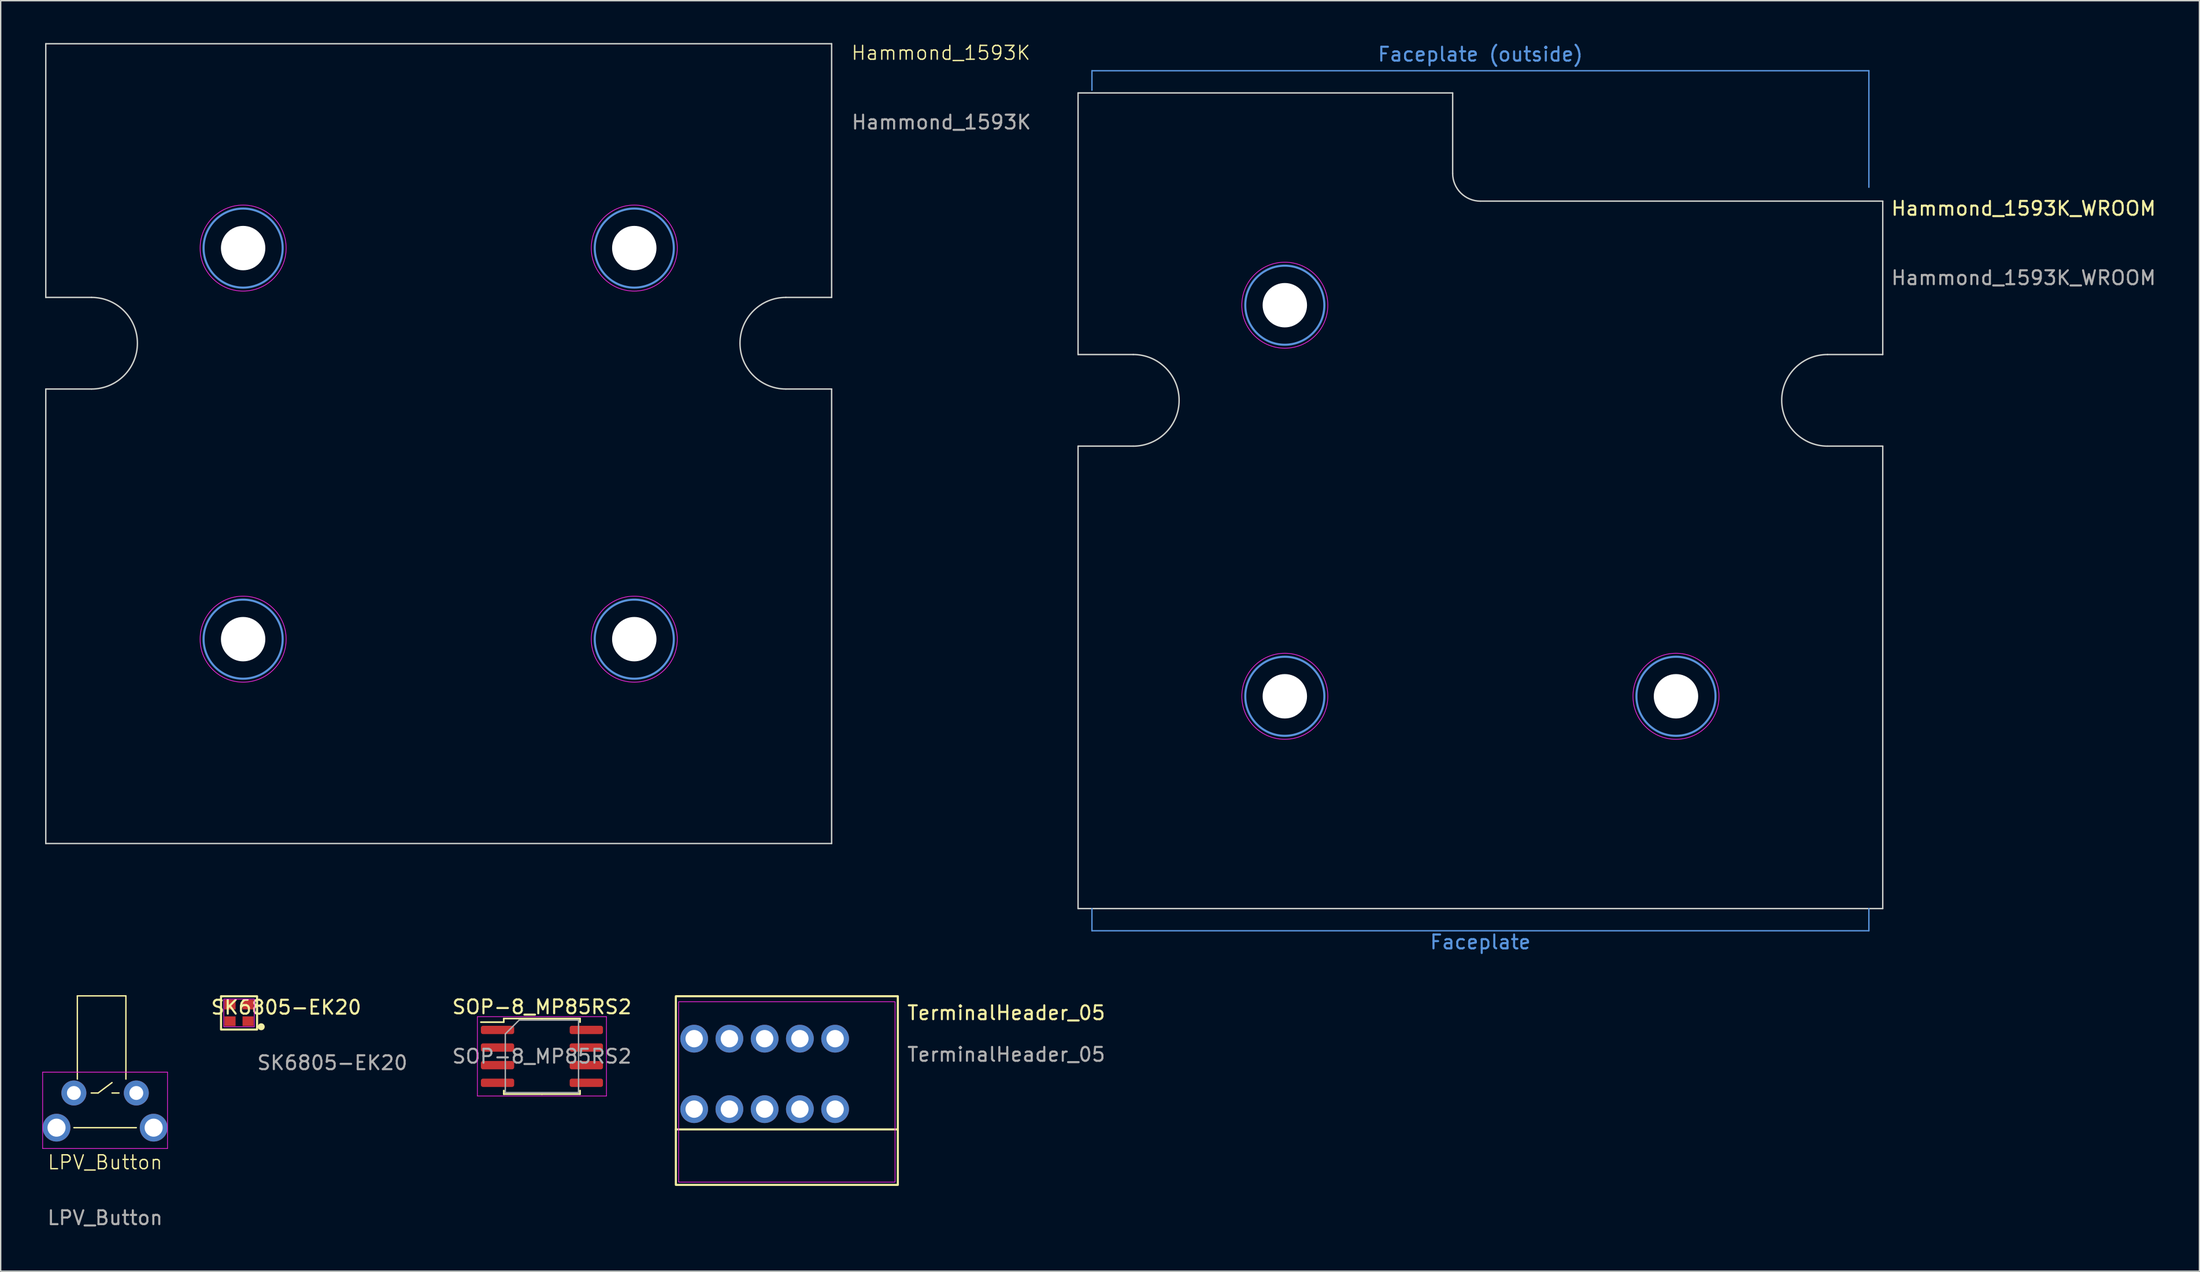
<source format=kicad_pcb>
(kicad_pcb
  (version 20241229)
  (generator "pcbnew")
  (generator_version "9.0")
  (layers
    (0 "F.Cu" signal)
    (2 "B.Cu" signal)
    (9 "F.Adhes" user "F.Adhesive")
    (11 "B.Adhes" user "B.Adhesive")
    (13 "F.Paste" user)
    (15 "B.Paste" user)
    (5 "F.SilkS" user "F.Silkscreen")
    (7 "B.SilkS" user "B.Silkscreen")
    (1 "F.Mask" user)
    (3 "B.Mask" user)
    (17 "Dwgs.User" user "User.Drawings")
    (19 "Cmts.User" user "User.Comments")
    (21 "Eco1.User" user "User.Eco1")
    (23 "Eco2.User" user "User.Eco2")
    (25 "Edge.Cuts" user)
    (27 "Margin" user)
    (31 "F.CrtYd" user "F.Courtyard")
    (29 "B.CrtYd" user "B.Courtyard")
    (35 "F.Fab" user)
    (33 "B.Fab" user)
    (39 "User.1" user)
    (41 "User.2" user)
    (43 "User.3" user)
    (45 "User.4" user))
  (footprint "LPV_Button"
    (layer "F.Cu")
    (at 1.025 78.246)
    (property "Reference" "LPV_Button" (at 3.5 2.5 0) (unlocked yes) (layer "F.SilkS") (effects (font (size 1 1) (thickness 0.1))))
    (attr through_hole)
    (fp_line (start 1.25 0) (end 5.75 0) (stroke (width 0.1) (type default)) (layer "F.SilkS"))
    (fp_line (start 1.5 -9.5) (end 5 -9.5) (stroke (width 0.1) (type default)) (layer "F.SilkS"))
    (fp_line (start 1.5 -3.5) (end 1.5 -9.5) (stroke (width 0.1) (type default)) (layer "F.SilkS"))
    (fp_line (start 2.5 -2.5) (end 3 -2.5) (stroke (width 0.1) (type default)) (layer "F.SilkS"))
    (fp_line (start 3 -2.5) (end 4 -3.25) (stroke (width 0.1) (type default)) (layer "F.SilkS"))
    (fp_line (start 4 -2.5) (end 4.5 -2.5) (stroke (width 0.1) (type default)) (layer "F.SilkS"))
    (fp_line (start 5 -9.5) (end 5 -3.5) (stroke (width 0.1) (type default)) (layer "F.SilkS"))
    (fp_line (start -1 -4) (end -1 1.5) (stroke (width 0.05) (type default)) (layer "F.CrtYd"))
    (fp_line (start -1 1.5) (end 8 1.5) (stroke (width 0.05) (type default)) (layer "F.CrtYd"))
    (fp_line (start 8 -4) (end -1 -4) (stroke (width 0.05) (type default)) (layer "F.CrtYd"))
    (fp_line (start 8 1.5) (end 8 -4) (stroke (width 0.05) (type default)) (layer "F.CrtYd"))
    (fp_text user "${REFERENCE}" (at 3.5 6.5 0) (unlocked yes) (layer "F.Fab") (effects (font (size 1 1) (thickness 0.15))))
    (pad "1" thru_hole circle (at 0 0) (size 2 2) (drill 1.3) (layers "*.Cu" "*.Mask"))
    (pad "2" thru_hole circle (at 1.25 -2.5) (size 1.8 1.8) (drill 1) (layers "*.Cu" "*.Mask"))
    (pad "3" thru_hole circle (at 5.75 -2.5) (size 1.8 1.8) (drill 1) (layers "*.Cu" "*.Mask"))
    (pad "4" thru_hole circle (at 7 0) (size 2 2) (drill 1.3) (layers "*.Cu" "*.Mask")))
  (footprint "SK6805-EK20"
    (layer "F.Cu")
    (at 14.18 69.972)
    (property "Reference" "SK6805-EK20" (at 3.4 -0.4 0) (unlocked yes) (layer "F.SilkS") (effects (font (size 1 1) (thickness 0.15))))
    (attr smd)
    (fp_rect (start -1.3 -1.2) (end 1.3 1.2) (stroke (width 0.15) (type solid)) (fill no) (layer "F.SilkS"))
    (fp_circle (center 1.6 1) (end 1.8 1) (stroke (width 0.1) (type solid)) (fill yes) (layer "F.SilkS"))
    (fp_rect (start -1.1 -1) (end 1.1 1) (stroke (width 0.05) (type default)) (fill no) (layer "F.CrtYd"))
    (fp_text user "${REFERENCE}" (at 6.724 3.6 0) (unlocked yes) (layer "F.Fab") (effects (font (size 1 1) (thickness 0.15))))
    (pad "1" smd rect (at 0.65 -0.6) (size 0.8 0.7) (layers "F.Cu" "F.Mask" "F.Paste"))
    (pad "2" smd rect (at -0.65 -0.6) (size 0.8 0.7) (layers "F.Cu" "F.Mask" "F.Paste"))
    (pad "3" smd rect (at -0.65 0.6) (size 0.8 0.7) (layers "F.Cu" "F.Mask" "F.Paste"))
    (pad "4" smd rect (at 0.65 0.6) (size 0.8 0.7) (layers "F.Cu" "F.Mask" "F.Paste")))
  (footprint "TerminalHeader_05"
    (layer "F.Cu")
    (at 52.064 74.371)
    (property "Reference" "TerminalHeader_05" (at 10.2 -4.4 0) (unlocked yes) (layer "F.SilkS") (effects (font (size 1 1) (thickness 0.15)) (justify left)))
    (attr through_hole)
    (fp_line (start -6.4 4) (end 9.6 4) (stroke (width 0.15) (type default)) (layer "F.SilkS"))
    (fp_rect (start -6.4 -5.6) (end 9.6 8) (stroke (width 0.15) (type default)) (fill no) (layer "F.SilkS"))
    (fp_rect (start -6.2 -5.2) (end 9.4 7.8) (stroke (width 0.05) (type default)) (fill no) (layer "F.CrtYd"))
    (fp_text user "${REFERENCE}" (at 10.2 -1.4 0) (unlocked yes) (layer "F.Fab") (effects (font (size 1 1) (thickness 0.15)) (justify left)))
    (pad "1" thru_hole circle (at -5.08 -2.54) (size 2 2) (drill 1.25) (layers "*.Cu" "*.Mask"))
    (pad "1" thru_hole circle (at -5.08 2.54) (size 2 2) (drill 1.25) (layers "*.Cu" "*.Mask"))
    (pad "2" thru_hole circle (at -2.54 -2.54) (size 2 2) (drill 1.25) (layers "*.Cu" "*.Mask"))
    (pad "2" thru_hole circle (at -2.54 2.54) (size 2 2) (drill 1.25) (layers "*.Cu" "*.Mask"))
    (pad "3" thru_hole circle (at 0 -2.54) (size 2 2) (drill 1.25) (layers "*.Cu" "*.Mask"))
    (pad "3" thru_hole circle (at 0 2.54) (size 2 2) (drill 1.25) (layers "*.Cu" "*.Mask"))
    (pad "4" thru_hole circle (at 2.54 -2.54) (size 2 2) (drill 1.25) (layers "*.Cu" "*.Mask"))
    (pad "4" thru_hole circle (at 2.54 2.54) (size 2 2) (drill 1.25) (layers "*.Cu" "*.Mask"))
    (pad "5" thru_hole circle (at 5.08 -2.54) (size 2 2) (drill 1.25) (layers "*.Cu" "*.Mask"))
    (pad "5" thru_hole circle (at 5.08 2.54) (size 2 2) (drill 1.25) (layers "*.Cu" "*.Mask")))
  (footprint "SOP-8_MP85RS2"
    (layer "F.Cu")
    (at 36.011 73.105)
    (property "Reference" "SOP-8_MP85RS2" (at 0 -3.56 0) (layer "F.SilkS") (effects (font (size 1 1) (thickness 0.15))))
    (attr smd)
    (fp_line (start -2.75 -2.725) (end -2.75 -2.465) (stroke (width 0.12) (type solid)) (layer "F.SilkS"))
    (fp_line (start -2.75 -2.465) (end -4.4 -2.465) (stroke (width 0.12) (type solid)) (layer "F.SilkS"))
    (fp_line (start -2.75 2.725) (end -2.75 2.465) (stroke (width 0.12) (type solid)) (layer "F.SilkS"))
    (fp_line (start 0 -2.725) (end -2.75 -2.725) (stroke (width 0.12) (type solid)) (layer "F.SilkS"))
    (fp_line (start 0 -2.725) (end 2.75 -2.725) (stroke (width 0.12) (type solid)) (layer "F.SilkS"))
    (fp_line (start 0 2.725) (end -2.75 2.725) (stroke (width 0.12) (type solid)) (layer "F.SilkS"))
    (fp_line (start 0 2.725) (end 2.75 2.725) (stroke (width 0.12) (type solid)) (layer "F.SilkS"))
    (fp_line (start 2.75 -2.725) (end 2.75 -2.465) (stroke (width 0.12) (type solid)) (layer "F.SilkS"))
    (fp_line (start 2.75 2.725) (end 2.75 2.465) (stroke (width 0.12) (type solid)) (layer "F.SilkS"))
    (fp_line (start -4.65 -2.86) (end -4.65 2.86) (stroke (width 0.05) (type solid)) (layer "F.CrtYd"))
    (fp_line (start -4.65 2.86) (end 4.65 2.86) (stroke (width 0.05) (type solid)) (layer "F.CrtYd"))
    (fp_line (start 4.65 -2.86) (end -4.65 -2.86) (stroke (width 0.05) (type solid)) (layer "F.CrtYd"))
    (fp_line (start 4.65 2.86) (end 4.65 -2.86) (stroke (width 0.05) (type solid)) (layer "F.CrtYd"))
    (fp_line (start -2.64 -1.615) (end -1.64 -2.615) (stroke (width 0.1) (type solid)) (layer "F.Fab"))
    (fp_line (start -2.64 2.615) (end -2.64 -1.615) (stroke (width 0.1) (type solid)) (layer "F.Fab"))
    (fp_line (start -1.64 -2.615) (end 2.64 -2.615) (stroke (width 0.1) (type solid)) (layer "F.Fab"))
    (fp_line (start 2.64 -2.615) (end 2.64 2.615) (stroke (width 0.1) (type solid)) (layer "F.Fab"))
    (fp_line (start 2.64 2.615) (end -2.64 2.615) (stroke (width 0.1) (type solid)) (layer "F.Fab"))
    (fp_text user "${REFERENCE}" (at 0 0 0) (layer "F.Fab") (effects (font (size 1 1) (thickness 0.15))))
    (pad "1" smd roundrect (at -3.2 -1.905) (size 2.4 0.6) (layers "F.Cu" "F.Mask" "F.Paste") (roundrect_rratio 0.25))
    (pad "2" smd roundrect (at -3.2 -0.635) (size 2.4 0.6) (layers "F.Cu" "F.Mask" "F.Paste") (roundrect_rratio 0.25))
    (pad "3" smd roundrect (at -3.2 0.635) (size 2.4 0.6) (layers "F.Cu" "F.Mask" "F.Paste") (roundrect_rratio 0.25))
    (pad "4" smd roundrect (at -3.2 1.905) (size 2.4 0.6) (layers "F.Cu" "F.Mask" "F.Paste") (roundrect_rratio 0.25))
    (pad "5" smd roundrect (at 3.2 1.905) (size 2.4 0.6) (layers "F.Cu" "F.Mask" "F.Paste") (roundrect_rratio 0.25))
    (pad "6" smd roundrect (at 3.2 0.635) (size 2.4 0.6) (layers "F.Cu" "F.Mask" "F.Paste") (roundrect_rratio 0.25))
    (pad "7" smd roundrect (at 3.2 -0.635) (size 2.4 0.6) (layers "F.Cu" "F.Mask" "F.Paste") (roundrect_rratio 0.25))
    (pad "8" smd roundrect (at 3.2 -1.905) (size 2.4 0.6) (layers "F.Cu" "F.Mask" "F.Paste") (roundrect_rratio 0.25)))
  (footprint "Hammond_1593K"
    (layer "F.Cu")
    (at 0.25 57.761)
    (property "Reference" "Hammond_1593K" (at 58 -57 0) (unlocked yes) (layer "F.SilkS") (effects (font (size 1 1) (thickness 0.1)) (justify left)))
    (attr through_hole)
    (fp_circle (center 14.224 -42.926) (end 17.074 -42.926) (stroke (width 0.15) (type solid)) (fill no) (layer "Cmts.User"))
    (fp_circle (center 14.224 -14.732) (end 17.074 -14.732) (stroke (width 0.15) (type solid)) (fill no) (layer "Cmts.User"))
    (fp_circle (center 42.418 -42.926) (end 45.268 -42.926) (stroke (width 0.15) (type solid)) (fill no) (layer "Cmts.User"))
    (fp_circle (center 42.418 -14.732) (end 45.268 -14.732) (stroke (width 0.15) (type solid)) (fill no) (layer "Cmts.User"))
    (fp_line (start 0 -39.37) (end 0 -57.658) (stroke (width 0.1) (type solid)) (layer "Edge.Cuts"))
    (fp_line (start 0 -32.766) (end 0 0) (stroke (width 0.1) (type solid)) (layer "Edge.Cuts"))
    (fp_line (start 0 0) (end 56.642 0) (stroke (width 0.1) (type solid)) (layer "Edge.Cuts"))
    (fp_line (start 3.302 -39.37) (end 0 -39.37) (stroke (width 0.1) (type solid)) (layer "Edge.Cuts"))
    (fp_line (start 3.302 -32.766) (end 0 -32.766) (stroke (width 0.1) (type solid)) (layer "Edge.Cuts"))
    (fp_line (start 53.34 -39.37) (end 56.642 -39.37) (stroke (width 0.1) (type solid)) (layer "Edge.Cuts"))
    (fp_line (start 53.34 -32.766) (end 56.642 -32.766) (stroke (width 0.1) (type solid)) (layer "Edge.Cuts"))
    (fp_line (start 56.642 -57.658) (end 0 -57.658) (stroke (width 0.1) (type solid)) (layer "Edge.Cuts"))
    (fp_line (start 56.642 -39.37) (end 56.642 -57.658) (stroke (width 0.1) (type solid)) (layer "Edge.Cuts"))
    (fp_line (start 56.642 0) (end 56.642 -32.766) (stroke (width 0.1) (type solid)) (layer "Edge.Cuts"))
    (fp_arc (start 3.302 -39.37) (mid 6.604 -36.068) (end 3.302 -32.766) (stroke (width 0.1) (type solid)) (layer "Edge.Cuts"))
    (fp_arc (start 53.34 -32.766) (mid 50.038 -36.068) (end 53.34 -39.37) (stroke (width 0.1) (type solid)) (layer "Edge.Cuts"))
    (fp_circle (center 14.224 -42.926) (end 17.324 -42.926) (stroke (width 0.05) (type solid)) (fill no) (layer "F.CrtYd"))
    (fp_circle (center 14.224 -14.732) (end 17.324 -14.732) (stroke (width 0.05) (type solid)) (fill no) (layer "F.CrtYd"))
    (fp_circle (center 42.418 -42.926) (end 45.518 -42.926) (stroke (width 0.05) (type solid)) (fill no) (layer "F.CrtYd"))
    (fp_circle (center 42.418 -14.732) (end 45.518 -14.732) (stroke (width 0.05) (type solid)) (fill no) (layer "F.CrtYd"))
    (fp_text user "${REFERENCE}" (at 58 -52 0) (unlocked yes) (layer "F.Fab") (effects (font (size 1 1) (thickness 0.15)) (justify left)))
    (pad "" np_thru_hole circle (at 14.224 -42.926) (size 3.2 3.2) (drill 3.2) (layers "*.Cu" "*.Mask"))
    (pad "" np_thru_hole circle (at 14.224 -14.732) (size 3.2 3.2) (drill 3.2) (layers "*.Cu" "*.Mask"))
    (pad "" np_thru_hole circle (at 42.418 -42.926) (size 3.2 3.2) (drill 3.2) (layers "*.Cu" "*.Mask"))
    (pad "" np_thru_hole circle (at 42.418 -14.732) (size 3.2 3.2) (drill 3.2) (layers "*.Cu" "*.Mask")))
  (footprint "Hammond_1593K_WROOM"
    (layer "F.Cu")
    (at 74.655 62.45)
    (property "Reference" "Hammond_1593K_WROOM" (at 58.529 -50.471 0) (unlocked yes) (layer "F.SilkS") (effects (font (size 1 1) (thickness 0.15)) (justify left)))
    (attr through_hole)
    (fp_line (start 1 -60.4) (end 1 -59) (stroke (width 0.1) (type default)) (layer "Cmts.User"))
    (fp_line (start 1 -60.4) (end 57 -60.4) (stroke (width 0.1) (type default)) (layer "Cmts.User"))
    (fp_line (start 1 1.6) (end 1 0) (stroke (width 0.1) (type default)) (layer "Cmts.User"))
    (fp_line (start 1 1.6) (end 57 1.6) (stroke (width 0.1) (type default)) (layer "Cmts.User"))
    (fp_line (start 57 -60.4) (end 57 -52) (stroke (width 0.1) (type default)) (layer "Cmts.User"))
    (fp_line (start 57 1.6) (end 57 0) (stroke (width 0.1) (type default)) (layer "Cmts.User"))
    (fp_circle (center 14.903 -43.497) (end 17.753 -43.497) (stroke (width 0.15) (type solid)) (fill no) (layer "Cmts.User"))
    (fp_circle (center 14.903 -15.303) (end 17.753 -15.303) (stroke (width 0.15) (type solid)) (fill no) (layer "Cmts.User"))
    (fp_circle (center 43.097 -15.303) (end 45.947 -15.303) (stroke (width 0.15) (type solid)) (fill no) (layer "Cmts.User"))
    (fp_line (start 0 -39.941) (end 0 -58.8) (stroke (width 0.1) (type solid)) (layer "Edge.Cuts"))
    (fp_line (start 0 -33.337) (end 0 0) (stroke (width 0.1) (type solid)) (layer "Edge.Cuts"))
    (fp_line (start 0 0) (end 58 0) (stroke (width 0.1) (type solid)) (layer "Edge.Cuts"))
    (fp_line (start 3.981 -39.941) (end 0 -39.941) (stroke (width 0.1) (type solid)) (layer "Edge.Cuts"))
    (fp_line (start 3.981 -33.337) (end 0 -33.337) (stroke (width 0.1) (type solid)) (layer "Edge.Cuts"))
    (fp_line (start 27 -58.8) (end 0 -58.8) (stroke (width 0.1) (type default)) (layer "Edge.Cuts"))
    (fp_line (start 27 -53) (end 27 -58.8) (stroke (width 0.1) (type default)) (layer "Edge.Cuts"))
    (fp_line (start 29 -51) (end 58 -51) (stroke (width 0.1) (type default)) (layer "Edge.Cuts"))
    (fp_line (start 54.019 -39.941) (end 58 -39.941) (stroke (width 0.1) (type solid)) (layer "Edge.Cuts"))
    (fp_line (start 54.019 -33.337) (end 58 -33.337) (stroke (width 0.1) (type solid)) (layer "Edge.Cuts"))
    (fp_line (start 58 -51) (end 58 -39.941) (stroke (width 0.1) (type default)) (layer "Edge.Cuts"))
    (fp_line (start 58 0) (end 58 -33.337) (stroke (width 0.1) (type solid)) (layer "Edge.Cuts"))
    (fp_arc (start 3.981 -39.941) (mid 7.283 -36.639) (end 3.981 -33.337) (stroke (width 0.1) (type solid)) (layer "Edge.Cuts"))
    (fp_arc (start 29 -51) (mid 27.585786 -51.585786) (end 27 -53) (stroke (width 0.1) (type default)) (layer "Edge.Cuts"))
    (fp_arc (start 54.019 -33.337) (mid 50.717 -36.639) (end 54.019 -39.941) (stroke (width 0.1) (type solid)) (layer "Edge.Cuts"))
    (fp_circle (center 14.903 -43.497) (end 18.003 -43.497) (stroke (width 0.05) (type solid)) (fill no) (layer "F.CrtYd"))
    (fp_circle (center 14.903 -15.303) (end 18.003 -15.303) (stroke (width 0.05) (type solid)) (fill no) (layer "F.CrtYd"))
    (fp_circle (center 43.097 -15.303) (end 46.197 -15.303) (stroke (width 0.05) (type solid)) (fill no) (layer "F.CrtYd"))
    (fp_text user "Faceplate (outside)" (at 29 -61 0) (unlocked yes) (layer "Cmts.User") (effects (font (size 1 1) (thickness 0.15)) (justify bottom)))
    (fp_text user "Faceplate" (at 29 3 0) (unlocked yes) (layer "Cmts.User") (effects (font (size 1 1) (thickness 0.15)) (justify bottom)))
    (fp_text user "${REFERENCE}" (at 58.529 -45.471 0) (unlocked yes) (layer "F.Fab") (effects (font (size 1 1) (thickness 0.15)) (justify left)))
    (pad "" np_thru_hole circle (at 14.903 -43.497) (size 3.2 3.2) (drill 3.2) (layers "*.Cu" "*.Mask"))
    (pad "" np_thru_hole circle (at 14.903 -15.303) (size 3.2 3.2) (drill 3.2) (layers "*.Cu" "*.Mask"))
    (pad "" np_thru_hole circle (at 43.097 -15.303) (size 3.2 3.2) (drill 3.2) (layers "*.Cu" "*.Mask")))
  (gr_rect
    (start -3 -3)
    (end 155.481 88.595)
    (stroke (width 0.1) (type default))
    (fill no)
    (layer "Edge.Cuts")))
</source>
